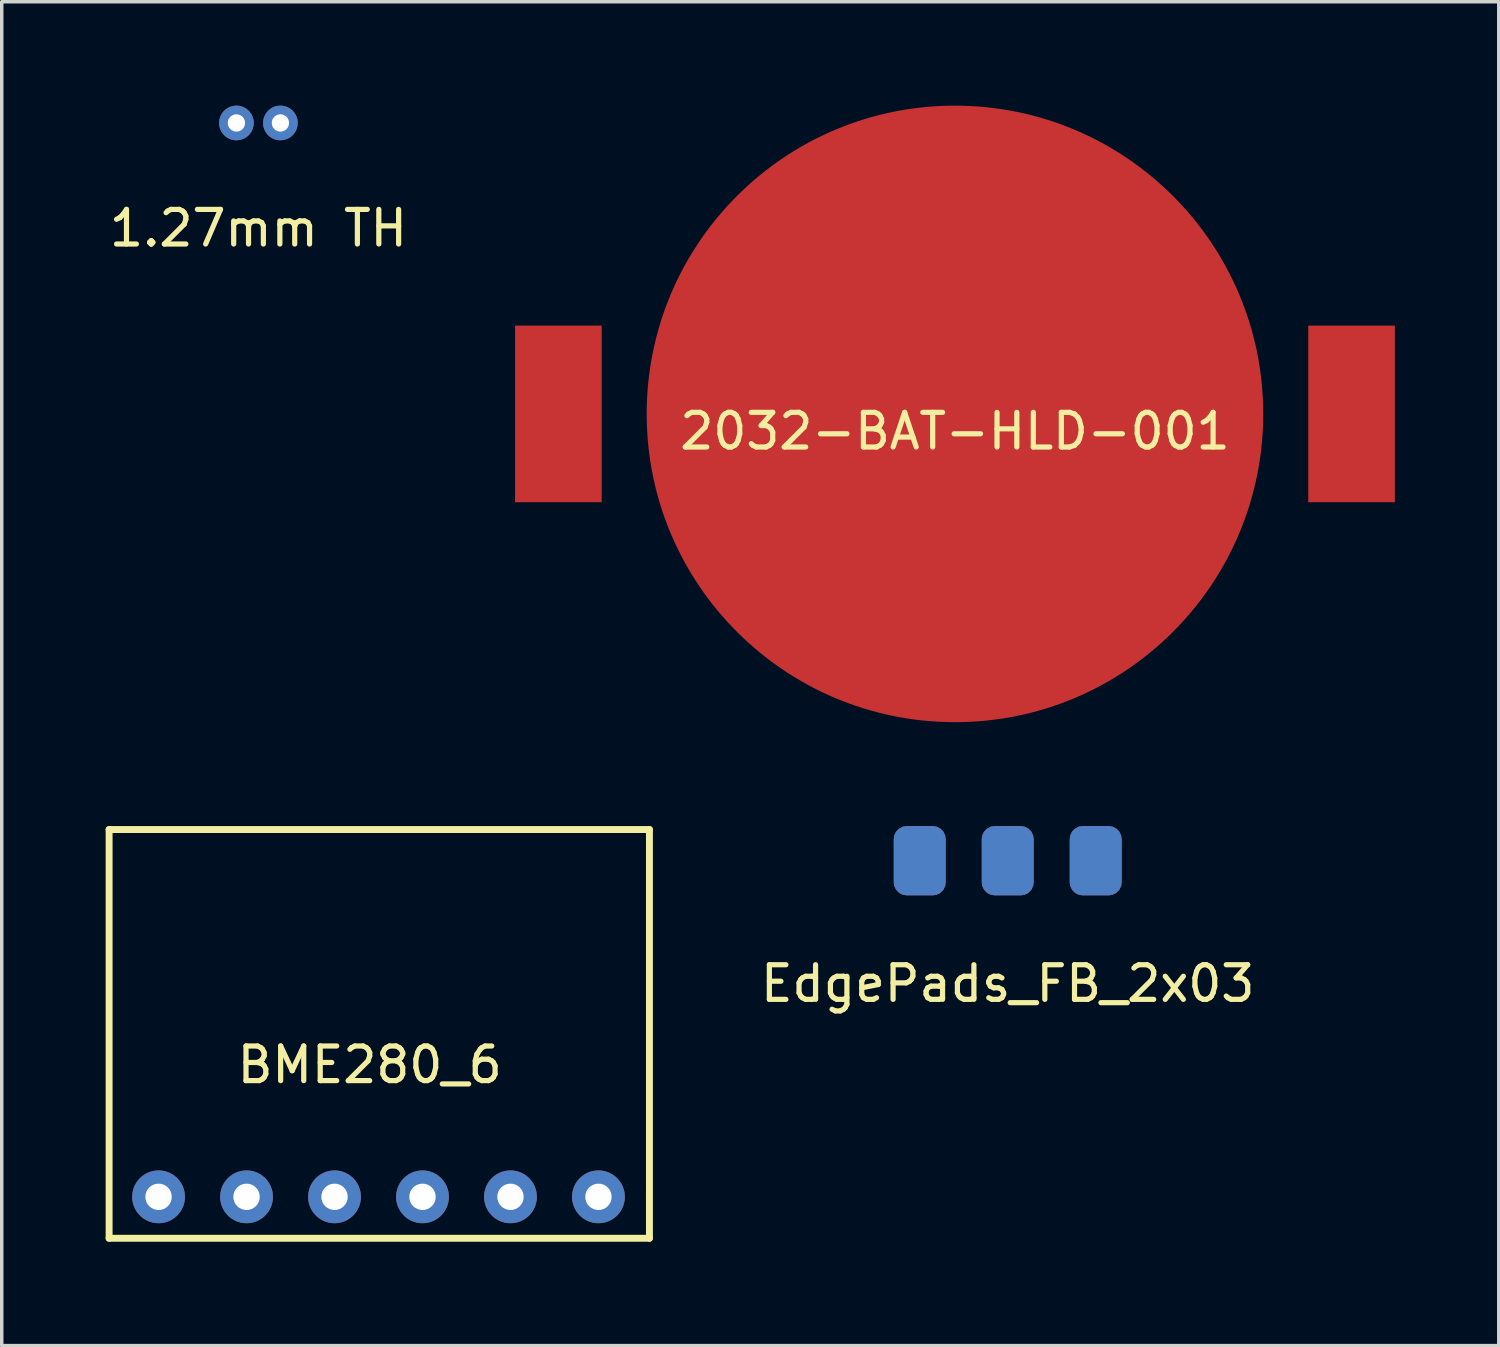
<source format=kicad_pcb>
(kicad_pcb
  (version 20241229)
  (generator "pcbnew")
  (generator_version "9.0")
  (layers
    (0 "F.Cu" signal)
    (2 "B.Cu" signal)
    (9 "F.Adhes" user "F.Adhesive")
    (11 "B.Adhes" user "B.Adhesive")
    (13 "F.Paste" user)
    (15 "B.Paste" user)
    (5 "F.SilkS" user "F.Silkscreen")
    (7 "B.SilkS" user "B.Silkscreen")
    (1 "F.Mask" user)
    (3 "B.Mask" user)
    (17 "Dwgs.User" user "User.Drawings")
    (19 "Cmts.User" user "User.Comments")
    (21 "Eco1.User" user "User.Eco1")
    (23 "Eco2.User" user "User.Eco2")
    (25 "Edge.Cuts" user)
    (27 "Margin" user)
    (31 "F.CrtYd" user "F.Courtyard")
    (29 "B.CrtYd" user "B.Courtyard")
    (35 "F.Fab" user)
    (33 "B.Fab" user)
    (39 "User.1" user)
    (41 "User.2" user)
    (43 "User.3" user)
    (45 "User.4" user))
  (footprint "EdgePads_FB_2x03"
    (layer "F.Cu")
    (at 26.044 24.848)
    (property "Reference" "EdgePads_FB_2x03" (at 0 0.5 0) (layer "F.SilkS") (effects (font (size 1 1) (thickness 0.15))))
    (attr through_hole)
    (pad "1" connect roundrect (at -2.54 -3.048) (size 1.5 2) (layers "F.Cu" "F.Mask") (roundrect_rratio 0.25))
    (pad "2" connect roundrect (at 0 -3.048) (size 1.5 2) (layers "F.Cu" "F.Mask") (roundrect_rratio 0.25))
    (pad "3" connect roundrect (at 2.54 -3.048) (size 1.5 2) (layers "F.Cu" "F.Mask") (roundrect_rratio 0.25))
    (pad "4" connect roundrect (at -2.54 -3.048) (size 1.5 2) (layers "B.Cu" "B.Mask") (roundrect_rratio 0.25))
    (pad "5" connect roundrect (at 0 -3.048) (size 1.5 2) (layers "B.Cu" "B.Mask") (roundrect_rratio 0.25))
    (pad "6" connect roundrect (at 2.54 -3.048) (size 1.5 2) (layers "B.Cu" "B.Mask") (roundrect_rratio 0.25)))
  (footprint "BME280_6"
    (layer "F.Cu")
    (at 6.1 24.9)
    (property "Reference" "BME280_6" (at 1.524 2.794 0) (layer "F.SilkS") (effects (font (size 1 1) (thickness 0.15))))
    (attr through_hole)
    (fp_line (start -6 -4) (end 9.6 -4) (stroke (width 0.2) (type solid)) (layer "F.SilkS"))
    (fp_line (start -6 7.8) (end -6 -4) (stroke (width 0.2) (type solid)) (layer "F.SilkS"))
    (fp_line (start 9.6 -4) (end 9.6 7.8) (stroke (width 0.2) (type solid)) (layer "F.SilkS"))
    (fp_line (start 9.6 7.8) (end -6 7.8) (stroke (width 0.2) (type solid)) (layer "F.SilkS"))
    (pad "1" thru_hole circle (at -4.572 6.604) (size 1.524 1.524) (drill 0.762) (layers "*.Cu" "*.Mask"))
    (pad "2" thru_hole circle (at -2.032 6.604) (size 1.524 1.524) (drill 0.762) (layers "*.Cu" "*.Mask"))
    (pad "3" thru_hole circle (at 0.508 6.604) (size 1.524 1.524) (drill 0.762) (layers "*.Cu" "*.Mask"))
    (pad "4" thru_hole circle (at 3.048 6.604) (size 1.524 1.524) (drill 0.762) (layers "*.Cu" "*.Mask"))
    (pad "5" thru_hole circle (at 5.588 6.604) (size 1.524 1.524) (drill 0.762) (layers "*.Cu" "*.Mask"))
    (pad "6" thru_hole circle (at 8.128 6.604) (size 1.524 1.524) (drill 0.762) (layers "*.Cu" "*.Mask")))
  (footprint "1.27mm TH"
    (layer "F.Cu")
    (at 4.411 3.04)
    (property "Reference" "1.27mm TH" (at 0 0.5 0) (layer "F.SilkS") (effects (font (size 1 1) (thickness 0.15))))
    (attr through_hole)
    (pad "1" thru_hole circle (at -0.635 -2.54) (size 1 1) (drill 0.5) (layers "*.Cu" "*.Mask"))
    (pad "2" thru_hole circle (at 0.635 -2.54) (size 1 1) (drill 0.5) (layers "*.Cu" "*.Mask")))
  (footprint "2032-BAT-HLD-001"
    (layer "F.Cu")
    (at 24.521 8.9)
    (property "Reference" "2032-BAT-HLD-001" (at 0 0.5 0) (layer "F.SilkS") (effects (font (size 1 1) (thickness 0.15))))
    (attr through_hole)
    (pad "1" smd rect (at -11.45 0) (size 2.5 5.1) (layers "F.Cu" "F.Mask" "F.Paste"))
    (pad "1" smd rect (at 11.45 0) (size 2.5 5.1) (layers "F.Cu" "F.Mask" "F.Paste"))
    (pad "2" smd circle (at 0 0) (size 17.8 17.8) (layers "F.Cu" "F.Mask" "F.Paste")))
  (gr_rect
    (start -3 -3)
    (end 40.221 35.8)
    (stroke (width 0.1) (type default))
    (fill no)
    (layer "Edge.Cuts")))
</source>
